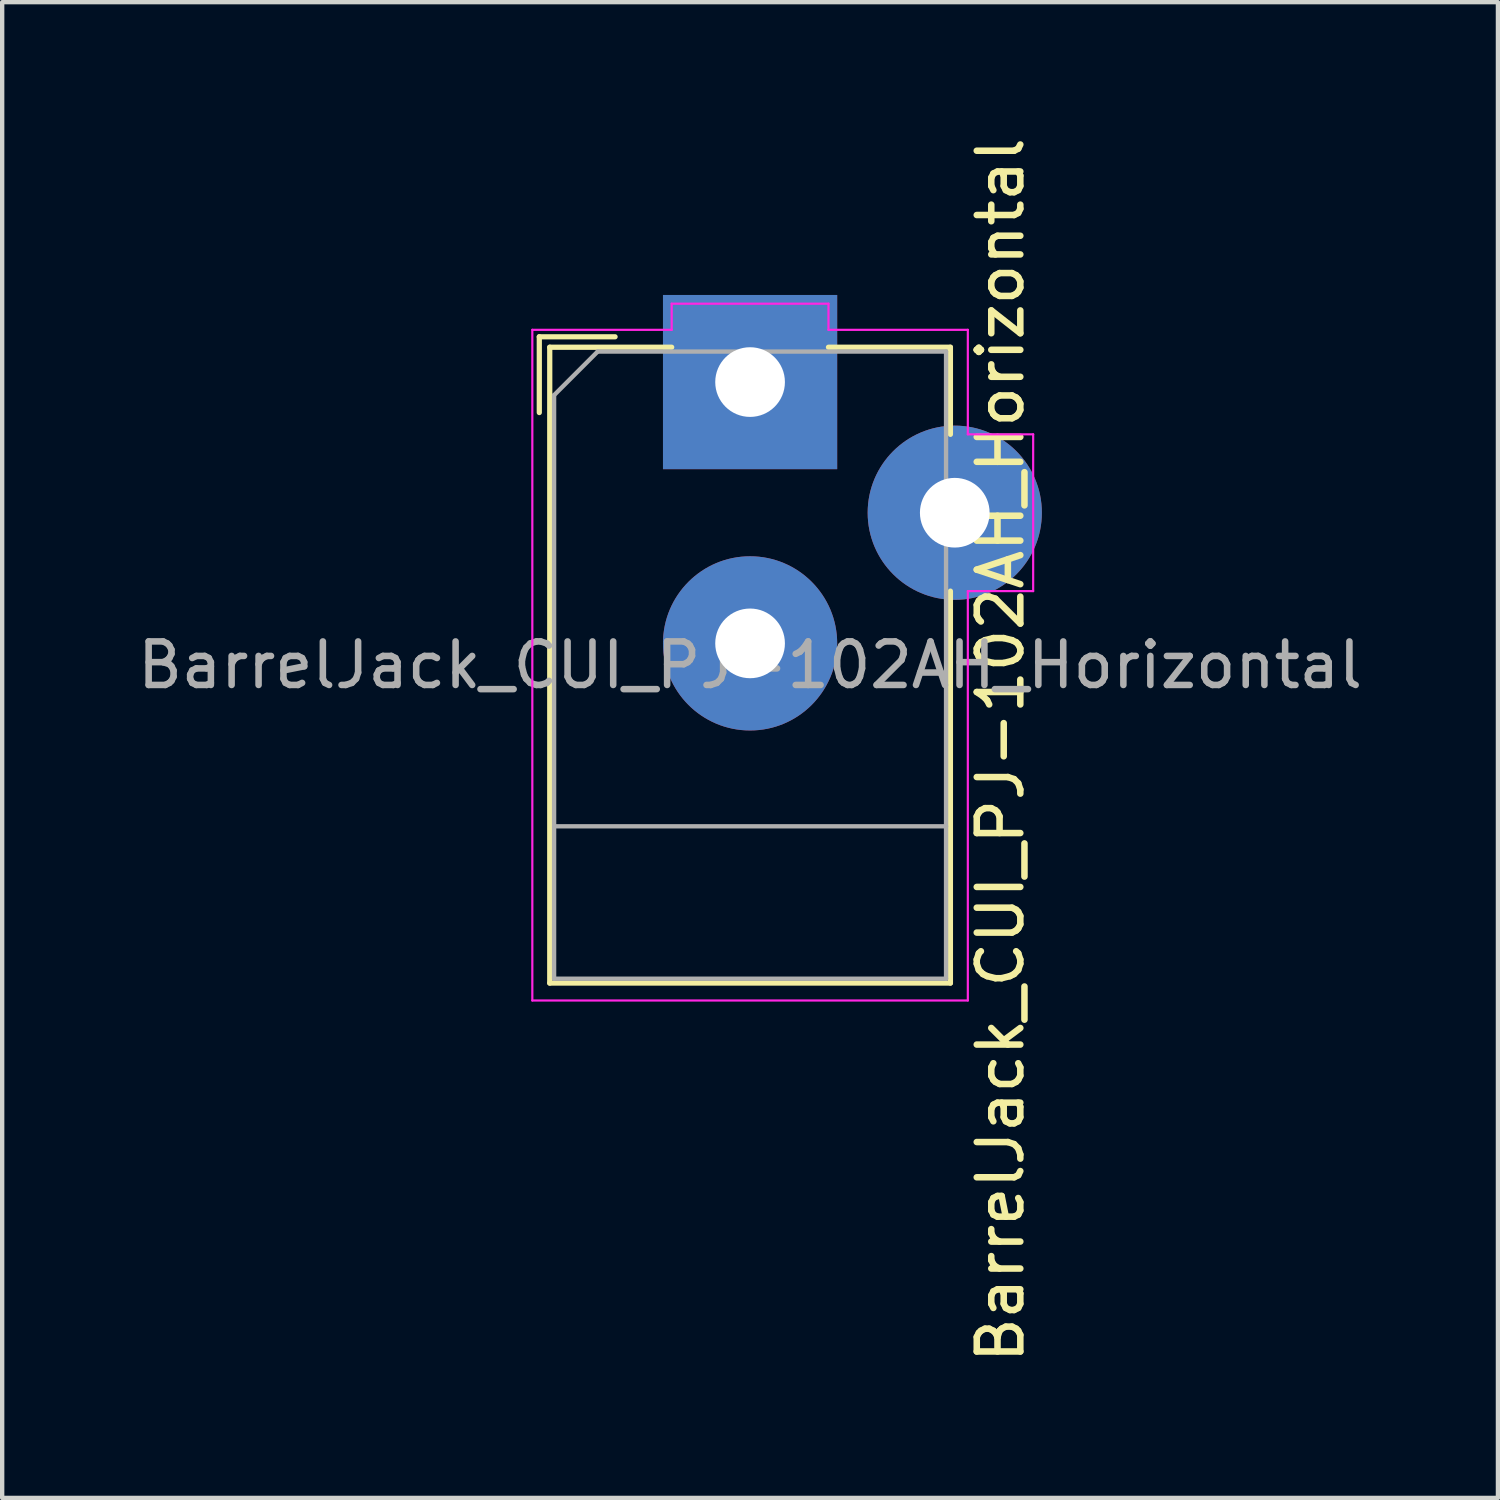
<source format=kicad_pcb>
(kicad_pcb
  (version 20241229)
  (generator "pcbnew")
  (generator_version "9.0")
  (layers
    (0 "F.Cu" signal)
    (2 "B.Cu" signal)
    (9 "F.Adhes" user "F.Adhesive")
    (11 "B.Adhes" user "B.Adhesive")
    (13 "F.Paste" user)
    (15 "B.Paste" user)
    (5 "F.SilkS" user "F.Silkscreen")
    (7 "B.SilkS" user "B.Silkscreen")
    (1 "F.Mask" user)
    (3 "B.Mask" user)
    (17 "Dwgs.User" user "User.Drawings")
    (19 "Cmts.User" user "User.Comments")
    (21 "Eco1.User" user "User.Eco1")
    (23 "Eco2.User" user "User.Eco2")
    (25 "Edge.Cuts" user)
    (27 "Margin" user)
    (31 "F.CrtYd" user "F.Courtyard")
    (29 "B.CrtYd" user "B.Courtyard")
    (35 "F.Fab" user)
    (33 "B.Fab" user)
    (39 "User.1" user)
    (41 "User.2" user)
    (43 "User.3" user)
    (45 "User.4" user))
  (footprint "BarrelJack_CUI_PJ-102AH_Horizontal"
    (layer "F.Cu")
    (at 14.173 5.723)
    (property "Reference" "BarrelJack_CUI_PJ-102AH_Horizontal" (at 5.75 8.45 90) (layer "F.SilkS") (effects (font (size 1 1) (thickness 0.15))))
    (attr through_hole)
    (fp_line (start -4.84 -1.04) (end -3.1 -1.04) (stroke (width 0.12) (type solid)) (layer "F.SilkS"))
    (fp_line (start -4.84 0.7) (end -4.84 -1.04) (stroke (width 0.12) (type solid)) (layer "F.SilkS"))
    (fp_line (start -4.6 -0.8) (end -1.8 -0.8) (stroke (width 0.12) (type solid)) (layer "F.SilkS"))
    (fp_line (start -4.6 13.8) (end -4.6 -0.8) (stroke (width 0.12) (type solid)) (layer "F.SilkS"))
    (fp_line (start 1.8 -0.8) (end 4.6 -0.8) (stroke (width 0.12) (type solid)) (layer "F.SilkS"))
    (fp_line (start 4.6 -0.8) (end 4.6 1.2) (stroke (width 0.12) (type solid)) (layer "F.SilkS"))
    (fp_line (start 4.6 4.8) (end 4.6 13.8) (stroke (width 0.12) (type solid)) (layer "F.SilkS"))
    (fp_line (start 4.6 13.8) (end -4.6 13.8) (stroke (width 0.12) (type solid)) (layer "F.SilkS"))
    (fp_line (start -5 -1.2) (end -1.8 -1.2) (stroke (width 0.05) (type solid)) (layer "F.CrtYd"))
    (fp_line (start -5 14.2) (end -5 -1.2) (stroke (width 0.05) (type solid)) (layer "F.CrtYd"))
    (fp_line (start -1.8 -1.8) (end 1.8 -1.8) (stroke (width 0.05) (type solid)) (layer "F.CrtYd"))
    (fp_line (start -1.8 -1.2) (end -1.8 -1.8) (stroke (width 0.05) (type solid)) (layer "F.CrtYd"))
    (fp_line (start 1.8 -1.8) (end 1.8 -1.2) (stroke (width 0.05) (type solid)) (layer "F.CrtYd"))
    (fp_line (start 1.8 -1.2) (end 5 -1.2) (stroke (width 0.05) (type solid)) (layer "F.CrtYd"))
    (fp_line (start 5 -1.2) (end 5 1.2) (stroke (width 0.05) (type solid)) (layer "F.CrtYd"))
    (fp_line (start 5 1.2) (end 6.5 1.2) (stroke (width 0.05) (type solid)) (layer "F.CrtYd"))
    (fp_line (start 5 4.8) (end 5 14.2) (stroke (width 0.05) (type solid)) (layer "F.CrtYd"))
    (fp_line (start 5 14.2) (end -5 14.2) (stroke (width 0.05) (type solid)) (layer "F.CrtYd"))
    (fp_line (start 6.5 1.2) (end 6.5 4.8) (stroke (width 0.05) (type solid)) (layer "F.CrtYd"))
    (fp_line (start 6.5 4.8) (end 5 4.8) (stroke (width 0.05) (type solid)) (layer "F.CrtYd"))
    (fp_line (start -4.5 0.3) (end -3.5 -0.7) (stroke (width 0.1) (type solid)) (layer "F.Fab"))
    (fp_line (start -4.5 10.2) (end 4.5 10.2) (stroke (width 0.1) (type solid)) (layer "F.Fab"))
    (fp_line (start -4.5 13.7) (end -4.5 0.3) (stroke (width 0.1) (type solid)) (layer "F.Fab"))
    (fp_line (start -3.5 -0.7) (end 4.5 -0.7) (stroke (width 0.1) (type solid)) (layer "F.Fab"))
    (fp_line (start 4.5 -0.7) (end 4.5 13.7) (stroke (width 0.1) (type solid)) (layer "F.Fab"))
    (fp_line (start 4.5 13.7) (end -4.5 13.7) (stroke (width 0.1) (type solid)) (layer "F.Fab"))
    (fp_text user "${REFERENCE}" (at 0 6.5 0) (layer "F.Fab") (effects (font (size 1 1) (thickness 0.15))))
    (pad "1" thru_hole rect (at 0 0) (size 4 4) (drill 1.6) (layers "*.Cu" "*.Mask"))
    (pad "2" thru_hole circle (at 0 6) (size 4 4) (drill 1.6) (layers "*.Cu" "*.Mask"))
    (pad "3" thru_hole circle (at 4.7 3) (size 4 4) (drill 1.6) (layers "*.Cu" "*.Mask")))
  (gr_rect
    (start -3 -3)
    (end 31.345 31.345)
    (stroke (width 0.1) (type default))
    (fill no)
    (layer "Edge.Cuts")))
</source>
